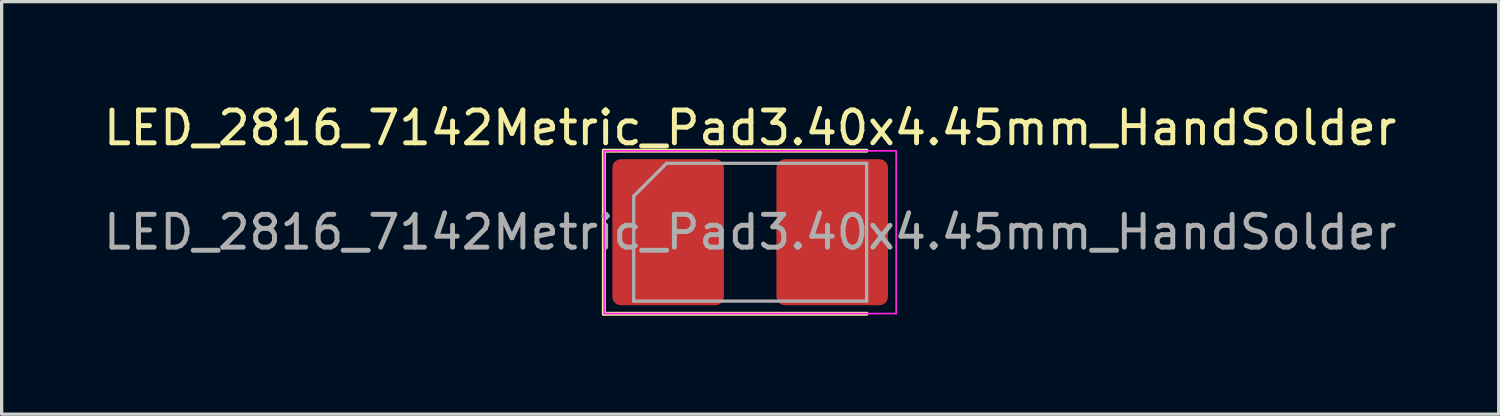
<source format=kicad_pcb>
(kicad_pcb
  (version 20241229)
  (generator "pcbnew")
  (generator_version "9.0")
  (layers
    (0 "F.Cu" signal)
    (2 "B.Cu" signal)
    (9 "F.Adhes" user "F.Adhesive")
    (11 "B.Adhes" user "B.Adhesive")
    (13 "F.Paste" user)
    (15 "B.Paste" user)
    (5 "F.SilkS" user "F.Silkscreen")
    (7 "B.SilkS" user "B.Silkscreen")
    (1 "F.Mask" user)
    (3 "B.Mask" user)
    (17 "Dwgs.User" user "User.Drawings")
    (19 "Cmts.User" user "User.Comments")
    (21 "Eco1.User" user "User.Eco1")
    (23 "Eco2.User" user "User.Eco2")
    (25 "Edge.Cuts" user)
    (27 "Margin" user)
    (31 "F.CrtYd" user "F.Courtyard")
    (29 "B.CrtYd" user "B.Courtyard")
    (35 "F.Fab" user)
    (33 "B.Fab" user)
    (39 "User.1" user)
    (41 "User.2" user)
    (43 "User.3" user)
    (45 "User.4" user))
  (footprint "LED_2816_7142Metric_Pad3.40x4.45mm_HandSolder"
    (layer "F.Cu")
    (at 19.815 4.028)
    (property "Reference" "LED_2816_7142Metric_Pad3.40x4.45mm_HandSolder" (at 0 -3.18 0) (layer "F.SilkS") (effects (font (size 1 1) (thickness 0.15))))
    (attr smd)
    (fp_line (start -4.46 -2.485) (end -4.46 2.485) (stroke (width 0.12) (type solid)) (layer "F.SilkS"))
    (fp_line (start -4.46 2.485) (end 3.55 2.485) (stroke (width 0.12) (type solid)) (layer "F.SilkS"))
    (fp_line (start 3.55 -2.485) (end -4.46 -2.485) (stroke (width 0.12) (type solid)) (layer "F.SilkS"))
    (fp_line (start -4.45 -2.48) (end 4.45 -2.48) (stroke (width 0.05) (type solid)) (layer "F.CrtYd"))
    (fp_line (start -4.45 2.48) (end -4.45 -2.48) (stroke (width 0.05) (type solid)) (layer "F.CrtYd"))
    (fp_line (start 4.45 -2.48) (end 4.45 2.48) (stroke (width 0.05) (type solid)) (layer "F.CrtYd"))
    (fp_line (start 4.45 2.48) (end -4.45 2.48) (stroke (width 0.05) (type solid)) (layer "F.CrtYd"))
    (fp_line (start -3.55 -1.1) (end -3.55 2.1) (stroke (width 0.1) (type solid)) (layer "F.Fab"))
    (fp_line (start -3.55 2.1) (end 3.55 2.1) (stroke (width 0.1) (type solid)) (layer "F.Fab"))
    (fp_line (start -2.55 -2.1) (end -3.55 -1.1) (stroke (width 0.1) (type solid)) (layer "F.Fab"))
    (fp_line (start 3.55 -2.1) (end -2.55 -2.1) (stroke (width 0.1) (type solid)) (layer "F.Fab"))
    (fp_line (start 3.55 2.1) (end 3.55 -2.1) (stroke (width 0.1) (type solid)) (layer "F.Fab"))
    (fp_text user "${REFERENCE}" (at 0 0 0) (layer "F.Fab") (effects (font (size 1 1) (thickness 0.15))))
    (pad "1" smd roundrect (at -2.5 0) (size 3.4 4.45) (layers "F.Cu" "F.Mask" "F.Paste") (roundrect_rratio 0.074))
    (pad "2" smd roundrect (at 2.5 0) (size 3.4 4.45) (layers "F.Cu" "F.Mask" "F.Paste") (roundrect_rratio 0.074)))
  (gr_rect
    (start -3 -3)
    (end 42.631 9.573)
    (stroke (width 0.1) (type default))
    (fill no)
    (layer "Edge.Cuts")))
</source>
